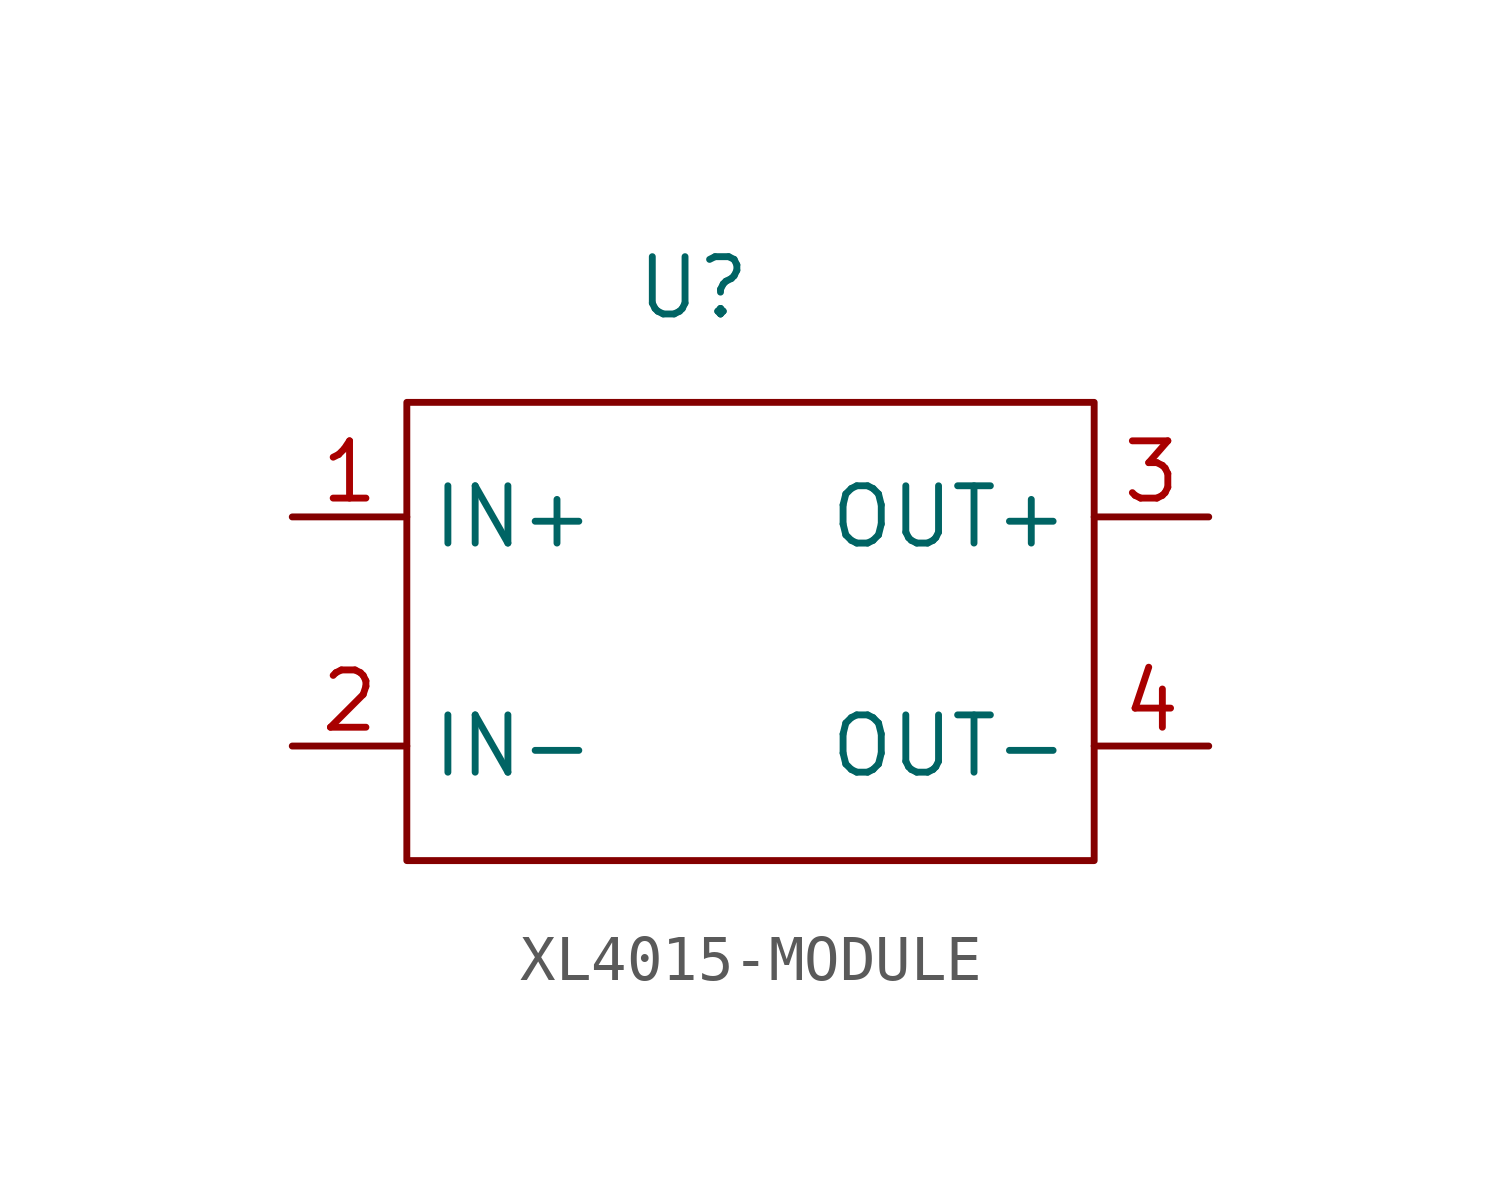
<source format=kicad_sym>
(kicad_symbol_lib
  (version 20231120)
  (generator "kicad_symbol_editor")
  (generator_version "8.0")
  (symbol "XL4015-MODULE"
    (property "Reference" "U"
      (at 0 0 0)
      (effects (font (size 1.27 1.27))))
    (property "Value" ""
      (at 0 0 0)
      (effects (font (size 1.27 1.27))))
    (symbol "XL4015-MODULE_0_1"
      (rectangle (start -6.35 -2.54) (end 8.89 -12.7) (stroke (width 0) (type default)) (fill (type none))))
    (symbol "XL4015-MODULE_1_1"
      (pin input line (at -8.89 -5.08 0) (length 2.54) (name "IN+" (effects (font (size 1.27 1.27)))) (number "1" (effects (font (size 1.27 1.27)))))
      (pin input line (at -8.89 -10.16 0) (length 2.54) (name "IN-" (effects (font (size 1.27 1.27)))) (number "2" (effects (font (size 1.27 1.27)))))
      (pin input line (at 11.43 -5.08 180) (length 2.54) (name "OUT+" (effects (font (size 1.27 1.27)))) (number "3" (effects (font (size 1.27 1.27)))))
      (pin input line (at 11.43 -10.16 180) (length 2.54) (name "OUT-" (effects (font (size 1.27 1.27)))) (number "4" (effects (font (size 1.27 1.27))))))))
</source>
